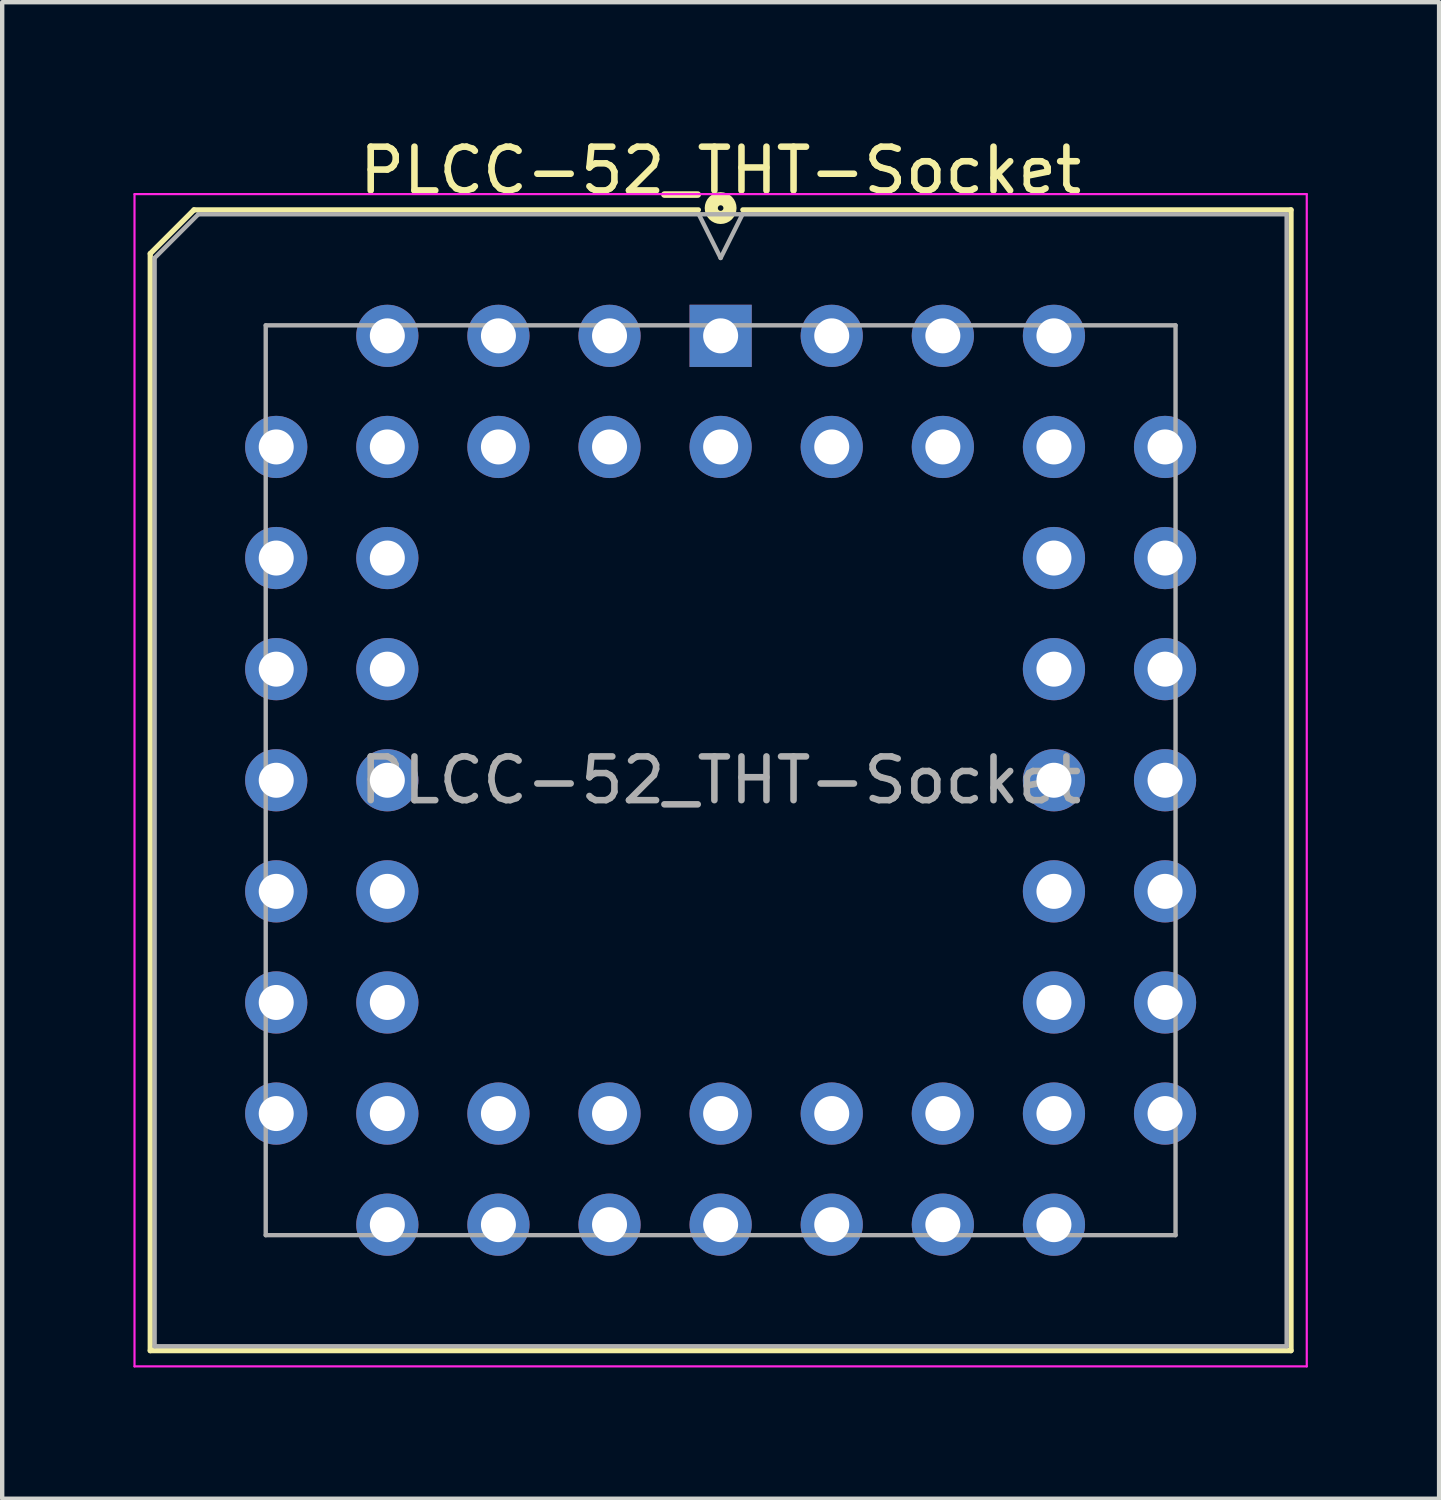
<source format=kicad_pcb>
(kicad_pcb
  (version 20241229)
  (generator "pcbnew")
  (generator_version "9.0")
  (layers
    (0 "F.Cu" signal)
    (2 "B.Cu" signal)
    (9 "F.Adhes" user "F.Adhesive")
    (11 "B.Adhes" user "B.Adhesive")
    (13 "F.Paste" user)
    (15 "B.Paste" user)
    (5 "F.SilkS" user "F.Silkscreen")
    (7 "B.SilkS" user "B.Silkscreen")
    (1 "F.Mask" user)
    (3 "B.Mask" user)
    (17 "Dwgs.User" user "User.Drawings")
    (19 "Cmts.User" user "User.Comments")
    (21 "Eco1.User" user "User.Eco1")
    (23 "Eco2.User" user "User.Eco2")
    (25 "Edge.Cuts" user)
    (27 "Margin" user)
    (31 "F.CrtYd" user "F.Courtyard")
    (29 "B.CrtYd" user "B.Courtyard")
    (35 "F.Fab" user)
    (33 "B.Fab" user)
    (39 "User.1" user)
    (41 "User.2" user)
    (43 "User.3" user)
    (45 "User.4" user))
  (footprint "PLCC-52_THT-Socket"
    (layer "F.Cu")
    (at 13.425 4.628)
    (property "Reference" "PLCC-52_THT-Socket" (at 0 -3.78 0) (layer "F.SilkS") (effects (font (size 1 1) (thickness 0.15))))
    (attr through_hole)
    (fp_line (start -13.04 -1.88) (end -13.04 23.2) (stroke (width 0.12) (type solid)) (layer "F.SilkS"))
    (fp_line (start -13.04 23.2) (end 13.04 23.2) (stroke (width 0.12) (type solid)) (layer "F.SilkS"))
    (fp_line (start -12.04 -2.88) (end -13.04 -1.88) (stroke (width 0.12) (type solid)) (layer "F.SilkS"))
    (fp_line (start -0.508 -2.88) (end -12.04 -2.88) (stroke (width 0.12) (type solid)) (layer "F.SilkS"))
    (fp_line (start 13.04 -2.88) (end 0.508 -2.88) (stroke (width 0.12) (type solid)) (layer "F.SilkS"))
    (fp_line (start 13.04 23.2) (end 13.04 -2.88) (stroke (width 0.12) (type solid)) (layer "F.SilkS"))
    (fp_circle (center 0 -2.921) (end 0.064 -2.921) (stroke (width 0.3) (type solid)) (fill no) (layer "F.SilkS"))
    (fp_line (start -13.4 -3.24) (end -13.4 23.56) (stroke (width 0.05) (type solid)) (layer "F.CrtYd"))
    (fp_line (start -13.4 23.56) (end 13.4 23.56) (stroke (width 0.05) (type solid)) (layer "F.CrtYd"))
    (fp_line (start 13.4 -3.24) (end -13.4 -3.24) (stroke (width 0.05) (type solid)) (layer "F.CrtYd"))
    (fp_line (start 13.4 23.56) (end 13.4 -3.24) (stroke (width 0.05) (type solid)) (layer "F.CrtYd"))
    (fp_line (start -12.94 -1.78) (end -12.94 23.1) (stroke (width 0.1) (type solid)) (layer "F.Fab"))
    (fp_line (start -12.94 23.1) (end 12.94 23.1) (stroke (width 0.1) (type solid)) (layer "F.Fab"))
    (fp_line (start -11.94 -2.78) (end -12.94 -1.78) (stroke (width 0.1) (type solid)) (layer "F.Fab"))
    (fp_line (start -10.4 -0.24) (end -10.4 20.56) (stroke (width 0.1) (type solid)) (layer "F.Fab"))
    (fp_line (start -10.4 20.56) (end 10.4 20.56) (stroke (width 0.1) (type solid)) (layer "F.Fab"))
    (fp_line (start -0.5 -2.78) (end 0 -1.78) (stroke (width 0.1) (type solid)) (layer "F.Fab"))
    (fp_line (start 0 -1.78) (end 0.5 -2.78) (stroke (width 0.1) (type solid)) (layer "F.Fab"))
    (fp_line (start 10.4 -0.24) (end -10.4 -0.24) (stroke (width 0.1) (type solid)) (layer "F.Fab"))
    (fp_line (start 10.4 20.56) (end 10.4 -0.24) (stroke (width 0.1) (type solid)) (layer "F.Fab"))
    (fp_line (start 12.94 -2.78) (end -11.94 -2.78) (stroke (width 0.1) (type solid)) (layer "F.Fab"))
    (fp_line (start 12.94 23.1) (end 12.94 -2.78) (stroke (width 0.1) (type solid)) (layer "F.Fab"))
    (fp_text user "${REFERENCE}" (at 0 10.16 0) (layer "F.Fab") (effects (font (size 1 1) (thickness 0.15))))
    (pad "1" thru_hole rect (at 0 0) (size 1.422 1.422) (drill 0.8) (layers "*.Cu" "*.Mask"))
    (pad "2" thru_hole circle (at 0 2.54) (size 1.422 1.422) (drill 0.8) (layers "*.Cu" "*.Mask"))
    (pad "3" thru_hole circle (at -2.54 0) (size 1.422 1.422) (drill 0.8) (layers "*.Cu" "*.Mask"))
    (pad "4" thru_hole circle (at -2.54 2.54) (size 1.422 1.422) (drill 0.8) (layers "*.Cu" "*.Mask"))
    (pad "5" thru_hole circle (at -5.08 0) (size 1.422 1.422) (drill 0.8) (layers "*.Cu" "*.Mask"))
    (pad "6" thru_hole circle (at -5.08 2.54) (size 1.422 1.422) (drill 0.8) (layers "*.Cu" "*.Mask"))
    (pad "7" thru_hole circle (at -7.62 0) (size 1.422 1.422) (drill 0.8) (layers "*.Cu" "*.Mask"))
    (pad "8" thru_hole circle (at -10.16 2.54) (size 1.422 1.422) (drill 0.8) (layers "*.Cu" "*.Mask"))
    (pad "9" thru_hole circle (at -7.62 2.54) (size 1.422 1.422) (drill 0.8) (layers "*.Cu" "*.Mask"))
    (pad "10" thru_hole circle (at -10.16 5.08) (size 1.422 1.422) (drill 0.8) (layers "*.Cu" "*.Mask"))
    (pad "11" thru_hole circle (at -7.62 5.08) (size 1.422 1.422) (drill 0.8) (layers "*.Cu" "*.Mask"))
    (pad "12" thru_hole circle (at -10.16 7.62) (size 1.422 1.422) (drill 0.8) (layers "*.Cu" "*.Mask"))
    (pad "13" thru_hole circle (at -7.62 7.62) (size 1.422 1.422) (drill 0.8) (layers "*.Cu" "*.Mask"))
    (pad "14" thru_hole circle (at -10.16 10.16) (size 1.422 1.422) (drill 0.8) (layers "*.Cu" "*.Mask"))
    (pad "15" thru_hole circle (at -7.62 10.16) (size 1.422 1.422) (drill 0.8) (layers "*.Cu" "*.Mask"))
    (pad "16" thru_hole circle (at -10.16 12.7) (size 1.422 1.422) (drill 0.8) (layers "*.Cu" "*.Mask"))
    (pad "17" thru_hole circle (at -7.62 12.7) (size 1.422 1.422) (drill 0.8) (layers "*.Cu" "*.Mask"))
    (pad "18" thru_hole circle (at -10.16 15.24) (size 1.422 1.422) (drill 0.8) (layers "*.Cu" "*.Mask"))
    (pad "19" thru_hole circle (at -7.62 15.24) (size 1.422 1.422) (drill 0.8) (layers "*.Cu" "*.Mask"))
    (pad "20" thru_hole circle (at -10.16 17.78) (size 1.422 1.422) (drill 0.8) (layers "*.Cu" "*.Mask"))
    (pad "21" thru_hole circle (at -7.62 20.32) (size 1.422 1.422) (drill 0.8) (layers "*.Cu" "*.Mask"))
    (pad "22" thru_hole circle (at -7.62 17.78) (size 1.422 1.422) (drill 0.8) (layers "*.Cu" "*.Mask"))
    (pad "23" thru_hole circle (at -5.08 20.32) (size 1.422 1.422) (drill 0.8) (layers "*.Cu" "*.Mask"))
    (pad "24" thru_hole circle (at -5.08 17.78) (size 1.422 1.422) (drill 0.8) (layers "*.Cu" "*.Mask"))
    (pad "25" thru_hole circle (at -2.54 20.32) (size 1.422 1.422) (drill 0.8) (layers "*.Cu" "*.Mask"))
    (pad "26" thru_hole circle (at -2.54 17.78) (size 1.422 1.422) (drill 0.8) (layers "*.Cu" "*.Mask"))
    (pad "27" thru_hole circle (at 0 20.32) (size 1.422 1.422) (drill 0.8) (layers "*.Cu" "*.Mask"))
    (pad "28" thru_hole circle (at 0 17.78) (size 1.422 1.422) (drill 0.8) (layers "*.Cu" "*.Mask"))
    (pad "29" thru_hole circle (at 2.54 20.32) (size 1.422 1.422) (drill 0.8) (layers "*.Cu" "*.Mask"))
    (pad "30" thru_hole circle (at 2.54 17.78) (size 1.422 1.422) (drill 0.8) (layers "*.Cu" "*.Mask"))
    (pad "31" thru_hole circle (at 5.08 20.32) (size 1.422 1.422) (drill 0.8) (layers "*.Cu" "*.Mask"))
    (pad "32" thru_hole circle (at 5.08 17.78) (size 1.422 1.422) (drill 0.8) (layers "*.Cu" "*.Mask"))
    (pad "33" thru_hole circle (at 7.62 20.32) (size 1.422 1.422) (drill 0.8) (layers "*.Cu" "*.Mask"))
    (pad "34" thru_hole circle (at 10.16 17.78) (size 1.422 1.422) (drill 0.8) (layers "*.Cu" "*.Mask"))
    (pad "35" thru_hole circle (at 7.62 17.78) (size 1.422 1.422) (drill 0.8) (layers "*.Cu" "*.Mask"))
    (pad "36" thru_hole circle (at 10.16 15.24) (size 1.422 1.422) (drill 0.8) (layers "*.Cu" "*.Mask"))
    (pad "37" thru_hole circle (at 7.62 15.24) (size 1.422 1.422) (drill 0.8) (layers "*.Cu" "*.Mask"))
    (pad "38" thru_hole circle (at 10.16 12.7) (size 1.422 1.422) (drill 0.8) (layers "*.Cu" "*.Mask"))
    (pad "39" thru_hole circle (at 7.62 12.7) (size 1.422 1.422) (drill 0.8) (layers "*.Cu" "*.Mask"))
    (pad "40" thru_hole circle (at 10.16 10.16) (size 1.422 1.422) (drill 0.8) (layers "*.Cu" "*.Mask"))
    (pad "41" thru_hole circle (at 7.62 10.16) (size 1.422 1.422) (drill 0.8) (layers "*.Cu" "*.Mask"))
    (pad "42" thru_hole circle (at 10.16 7.62) (size 1.422 1.422) (drill 0.8) (layers "*.Cu" "*.Mask"))
    (pad "43" thru_hole circle (at 7.62 7.62) (size 1.422 1.422) (drill 0.8) (layers "*.Cu" "*.Mask"))
    (pad "44" thru_hole circle (at 10.16 5.08) (size 1.422 1.422) (drill 0.8) (layers "*.Cu" "*.Mask"))
    (pad "45" thru_hole circle (at 7.62 5.08) (size 1.422 1.422) (drill 0.8) (layers "*.Cu" "*.Mask"))
    (pad "46" thru_hole circle (at 10.16 2.54) (size 1.422 1.422) (drill 0.8) (layers "*.Cu" "*.Mask"))
    (pad "47" thru_hole circle (at 7.62 0) (size 1.422 1.422) (drill 0.8) (layers "*.Cu" "*.Mask"))
    (pad "48" thru_hole circle (at 7.62 2.54) (size 1.422 1.422) (drill 0.8) (layers "*.Cu" "*.Mask"))
    (pad "49" thru_hole circle (at 5.08 0) (size 1.422 1.422) (drill 0.8) (layers "*.Cu" "*.Mask"))
    (pad "50" thru_hole circle (at 5.08 2.54) (size 1.422 1.422) (drill 0.8) (layers "*.Cu" "*.Mask"))
    (pad "51" thru_hole circle (at 2.54 0) (size 1.422 1.422) (drill 0.8) (layers "*.Cu" "*.Mask"))
    (pad "52" thru_hole circle (at 2.54 2.54) (size 1.422 1.422) (drill 0.8) (layers "*.Cu" "*.Mask")))
  (gr_rect
    (start -3 -3)
    (end 29.85 31.213)
    (stroke (width 0.1) (type default))
    (fill no)
    (layer "Edge.Cuts")))
</source>
